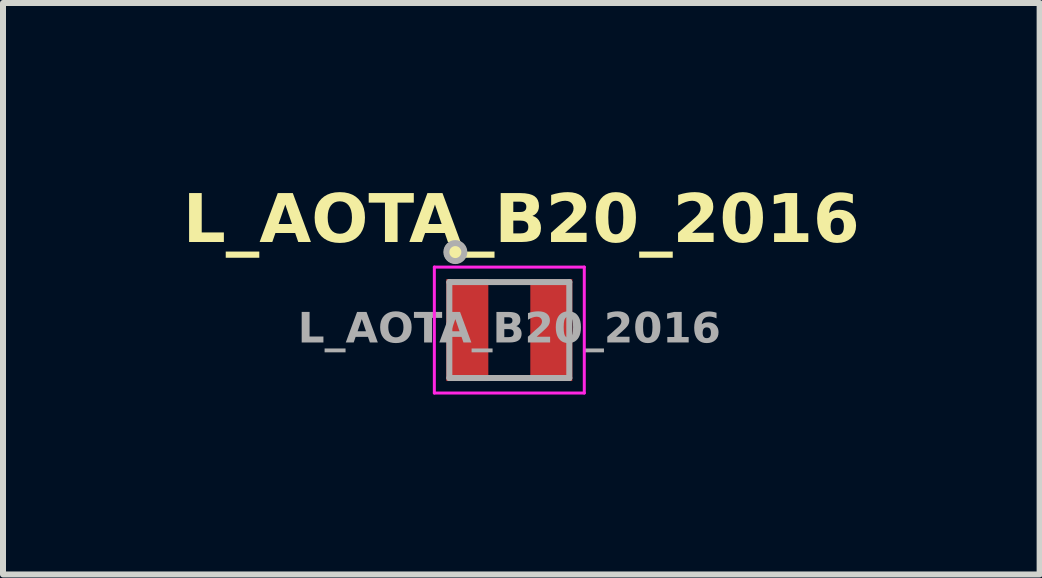
<source format=kicad_pcb>
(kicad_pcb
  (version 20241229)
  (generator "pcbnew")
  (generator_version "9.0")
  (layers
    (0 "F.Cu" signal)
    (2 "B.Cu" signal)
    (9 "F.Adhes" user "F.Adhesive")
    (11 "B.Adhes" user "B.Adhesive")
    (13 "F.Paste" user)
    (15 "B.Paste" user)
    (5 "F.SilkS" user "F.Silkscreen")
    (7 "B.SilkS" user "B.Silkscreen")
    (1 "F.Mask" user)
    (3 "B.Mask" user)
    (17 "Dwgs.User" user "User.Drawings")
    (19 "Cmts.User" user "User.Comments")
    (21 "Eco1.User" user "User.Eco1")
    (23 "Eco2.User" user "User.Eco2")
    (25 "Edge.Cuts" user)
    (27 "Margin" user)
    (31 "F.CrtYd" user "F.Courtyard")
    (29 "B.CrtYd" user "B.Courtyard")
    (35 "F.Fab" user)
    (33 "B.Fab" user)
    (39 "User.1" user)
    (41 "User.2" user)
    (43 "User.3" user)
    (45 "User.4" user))
  (footprint "L_AOTA_B20_2016"
    (layer "F.Cu")
    (at 5.442 2.453)
    (property "Reference" "L_AOTA_B20_2016" (at 0.2 -1.8 0) (layer "F.SilkS") (effects (font (face "JetBrains Mono SemiBold") (size 0.8 0.8) (thickness 0.1))))
    (attr smd)
    (fp_circle (center -0.9 -1.3) (end -0.759 -1.3) (stroke (width 0.1) (type solid)) (fill yes) (layer "F.SilkS"))
    (fp_line (start -1.25 -1.05) (end -1.25 1.05) (stroke (width 0.05) (type solid)) (layer "F.CrtYd"))
    (fp_line (start -1.25 1.05) (end 1.25 1.05) (stroke (width 0.05) (type solid)) (layer "F.CrtYd"))
    (fp_line (start 1.25 -1.05) (end -1.25 -1.05) (stroke (width 0.05) (type solid)) (layer "F.CrtYd"))
    (fp_line (start 1.25 1.05) (end 1.25 -1.05) (stroke (width 0.05) (type solid)) (layer "F.CrtYd"))
    (fp_line (start -1 -0.8) (end -1 0.8) (stroke (width 0.1) (type solid)) (layer "F.Fab"))
    (fp_line (start -1 0.8) (end 1 0.8) (stroke (width 0.1) (type solid)) (layer "F.Fab"))
    (fp_line (start 1 -0.8) (end -1 -0.8) (stroke (width 0.1) (type solid)) (layer "F.Fab"))
    (fp_line (start 1 0.8) (end 1 -0.8) (stroke (width 0.1) (type solid)) (layer "F.Fab"))
    (fp_circle (center -0.9 -1.3) (end -0.75 -1.3) (stroke (width 0.1) (type solid)) (fill no) (layer "F.Fab"))
    (fp_text user "${REFERENCE}" (at 0 0 0) (layer "F.Fab") (effects (font (face "JetBrains Mono SemiBold") (size 0.5 0.5) (thickness 0.075))))
    (pad "1" smd rect (at -0.7 0) (size 0.7 1.7) (layers "F.Cu" "F.Mask" "F.Paste"))
    (pad "2" smd rect (at 0.7 0) (size 0.7 1.7) (layers "F.Cu" "F.Mask" "F.Paste")))
  (gr_rect
    (start -3 -3)
    (end 14.284 6.528)
    (stroke (width 0.1) (type default))
    (fill no)
    (layer "Edge.Cuts")))
</source>
